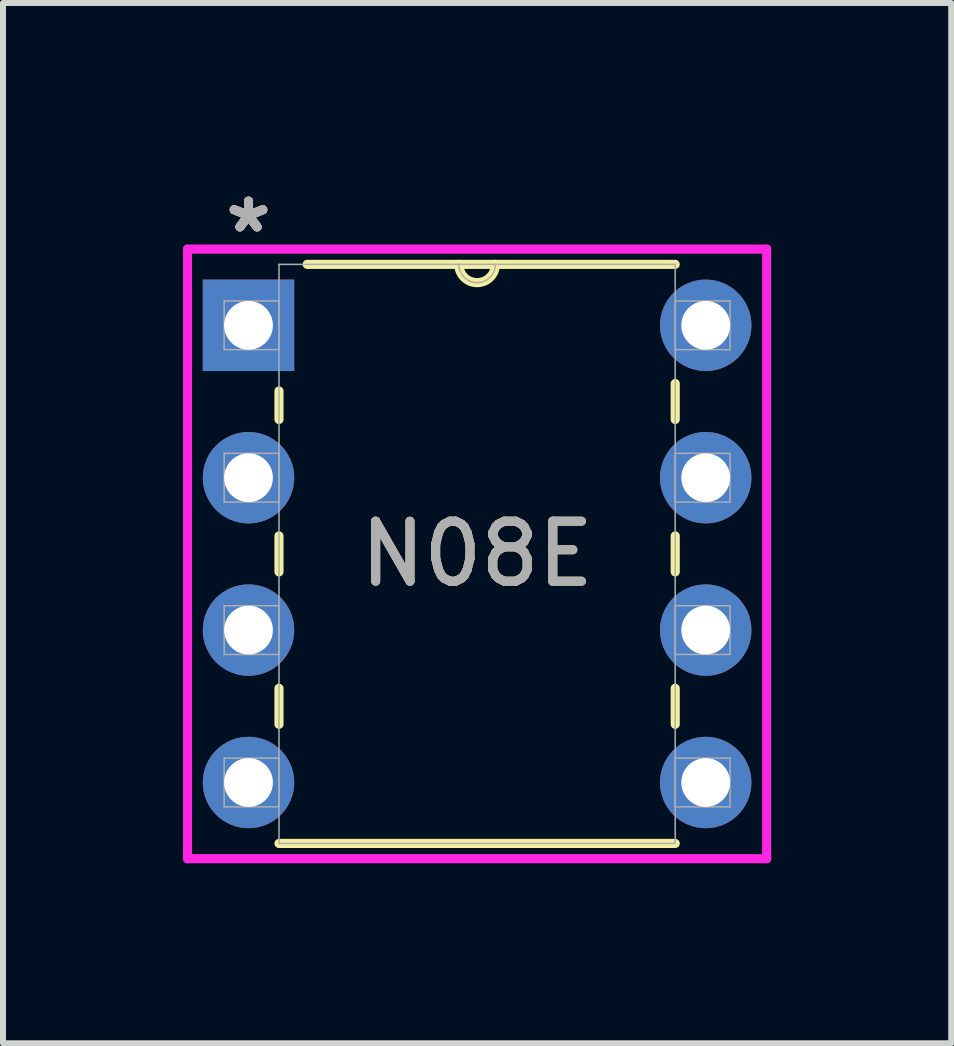
<source format=kicad_pcb>
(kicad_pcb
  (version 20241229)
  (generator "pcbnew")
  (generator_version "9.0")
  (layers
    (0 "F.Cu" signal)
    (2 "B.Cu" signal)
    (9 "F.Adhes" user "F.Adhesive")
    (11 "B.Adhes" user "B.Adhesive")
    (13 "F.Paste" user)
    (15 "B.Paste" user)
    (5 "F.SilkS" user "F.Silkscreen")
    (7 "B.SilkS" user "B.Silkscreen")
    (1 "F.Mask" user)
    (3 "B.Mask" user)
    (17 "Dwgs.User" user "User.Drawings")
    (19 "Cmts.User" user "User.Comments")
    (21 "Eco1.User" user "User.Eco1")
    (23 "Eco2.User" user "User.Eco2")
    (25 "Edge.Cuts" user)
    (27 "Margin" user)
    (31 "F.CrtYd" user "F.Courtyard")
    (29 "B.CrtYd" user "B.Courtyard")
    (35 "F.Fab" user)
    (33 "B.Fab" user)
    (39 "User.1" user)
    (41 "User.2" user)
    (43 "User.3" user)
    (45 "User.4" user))
  (footprint "N08E"
    (layer "F.Cu")
    (at 8.712 9.992)
    (property "Reference" "N08E" (at -3.81 -3.81 0) (unlocked yes) (layer "F.SilkS") (effects (font (size 1 1) (thickness 0.15))))
    (attr through_hole)
    (fp_line (start -7.112 -6.525) (end -7.112 -6.05) (stroke (width 0.152) (type solid)) (layer "F.SilkS"))
    (fp_line (start -7.112 -4.11) (end -7.112 -3.51) (stroke (width 0.152) (type solid)) (layer "F.SilkS"))
    (fp_line (start -7.112 -1.57) (end -7.112 -0.97) (stroke (width 0.152) (type solid)) (layer "F.SilkS"))
    (fp_line (start -7.112 1.016) (end -0.508 1.016) (stroke (width 0.152) (type solid)) (layer "F.SilkS"))
    (fp_line (start -0.508 -8.636) (end -6.643 -8.636) (stroke (width 0.152) (type solid)) (layer "F.SilkS"))
    (fp_line (start -0.508 -6.05) (end -0.508 -6.65) (stroke (width 0.152) (type solid)) (layer "F.SilkS"))
    (fp_line (start -0.508 -3.51) (end -0.508 -4.11) (stroke (width 0.152) (type solid)) (layer "F.SilkS"))
    (fp_line (start -0.508 -0.97) (end -0.508 -1.57) (stroke (width 0.152) (type solid)) (layer "F.SilkS"))
    (fp_arc (start -3.5052 -8.636) (mid -3.81 -8.3312) (end -4.1148 -8.636) (stroke (width 0.1524) (type solid)) (layer "F.SilkS"))
    (fp_line (start -8.636 -8.89) (end -8.636 1.27) (stroke (width 0.152) (type solid)) (layer "F.CrtYd"))
    (fp_line (start -8.636 1.27) (end 1.016 1.27) (stroke (width 0.152) (type solid)) (layer "F.CrtYd"))
    (fp_line (start 1.016 -8.89) (end -8.636 -8.89) (stroke (width 0.152) (type solid)) (layer "F.CrtYd"))
    (fp_line (start 1.016 1.27) (end 1.016 -8.89) (stroke (width 0.152) (type solid)) (layer "F.CrtYd"))
    (fp_line (start -8.026 -8.026) (end -8.026 -7.214) (stroke (width 0.025) (type solid)) (layer "F.Fab"))
    (fp_line (start -8.026 -7.214) (end -7.112 -7.214) (stroke (width 0.025) (type solid)) (layer "F.Fab"))
    (fp_line (start -8.026 -5.486) (end -8.026 -4.674) (stroke (width 0.025) (type solid)) (layer "F.Fab"))
    (fp_line (start -8.026 -4.674) (end -7.112 -4.674) (stroke (width 0.025) (type solid)) (layer "F.Fab"))
    (fp_line (start -8.026 -2.946) (end -8.026 -2.134) (stroke (width 0.025) (type solid)) (layer "F.Fab"))
    (fp_line (start -8.026 -2.134) (end -7.112 -2.134) (stroke (width 0.025) (type solid)) (layer "F.Fab"))
    (fp_line (start -8.026 -0.406) (end -8.026 0.406) (stroke (width 0.025) (type solid)) (layer "F.Fab"))
    (fp_line (start -8.026 0.406) (end -7.112 0.406) (stroke (width 0.025) (type solid)) (layer "F.Fab"))
    (fp_line (start -7.112 -8.636) (end -7.112 1.016) (stroke (width 0.025) (type solid)) (layer "F.Fab"))
    (fp_line (start -7.112 -8.026) (end -8.026 -8.026) (stroke (width 0.025) (type solid)) (layer "F.Fab"))
    (fp_line (start -7.112 -7.214) (end -7.112 -8.026) (stroke (width 0.025) (type solid)) (layer "F.Fab"))
    (fp_line (start -7.112 -5.486) (end -8.026 -5.486) (stroke (width 0.025) (type solid)) (layer "F.Fab"))
    (fp_line (start -7.112 -4.674) (end -7.112 -5.486) (stroke (width 0.025) (type solid)) (layer "F.Fab"))
    (fp_line (start -7.112 -2.946) (end -8.026 -2.946) (stroke (width 0.025) (type solid)) (layer "F.Fab"))
    (fp_line (start -7.112 -2.134) (end -7.112 -2.946) (stroke (width 0.025) (type solid)) (layer "F.Fab"))
    (fp_line (start -7.112 -0.406) (end -8.026 -0.406) (stroke (width 0.025) (type solid)) (layer "F.Fab"))
    (fp_line (start -7.112 0.406) (end -7.112 -0.406) (stroke (width 0.025) (type solid)) (layer "F.Fab"))
    (fp_line (start -7.112 1.016) (end -0.508 1.016) (stroke (width 0.025) (type solid)) (layer "F.Fab"))
    (fp_line (start -0.508 -8.636) (end -7.112 -8.636) (stroke (width 0.025) (type solid)) (layer "F.Fab"))
    (fp_line (start -0.508 -8.026) (end -0.508 -7.214) (stroke (width 0.025) (type solid)) (layer "F.Fab"))
    (fp_line (start -0.508 -7.214) (end 0.406 -7.214) (stroke (width 0.025) (type solid)) (layer "F.Fab"))
    (fp_line (start -0.508 -5.486) (end -0.508 -4.674) (stroke (width 0.025) (type solid)) (layer "F.Fab"))
    (fp_line (start -0.508 -4.674) (end 0.406 -4.674) (stroke (width 0.025) (type solid)) (layer "F.Fab"))
    (fp_line (start -0.508 -2.946) (end -0.508 -2.134) (stroke (width 0.025) (type solid)) (layer "F.Fab"))
    (fp_line (start -0.508 -2.134) (end 0.406 -2.134) (stroke (width 0.025) (type solid)) (layer "F.Fab"))
    (fp_line (start -0.508 -0.406) (end -0.508 0.406) (stroke (width 0.025) (type solid)) (layer "F.Fab"))
    (fp_line (start -0.508 0.406) (end 0.406 0.406) (stroke (width 0.025) (type solid)) (layer "F.Fab"))
    (fp_line (start -0.508 1.016) (end -0.508 -8.636) (stroke (width 0.025) (type solid)) (layer "F.Fab"))
    (fp_line (start 0.406 -8.026) (end -0.508 -8.026) (stroke (width 0.025) (type solid)) (layer "F.Fab"))
    (fp_line (start 0.406 -7.214) (end 0.406 -8.026) (stroke (width 0.025) (type solid)) (layer "F.Fab"))
    (fp_line (start 0.406 -5.486) (end -0.508 -5.486) (stroke (width 0.025) (type solid)) (layer "F.Fab"))
    (fp_line (start 0.406 -4.674) (end 0.406 -5.486) (stroke (width 0.025) (type solid)) (layer "F.Fab"))
    (fp_line (start 0.406 -2.946) (end -0.508 -2.946) (stroke (width 0.025) (type solid)) (layer "F.Fab"))
    (fp_line (start 0.406 -2.134) (end 0.406 -2.946) (stroke (width 0.025) (type solid)) (layer "F.Fab"))
    (fp_line (start 0.406 -0.406) (end -0.508 -0.406) (stroke (width 0.025) (type solid)) (layer "F.Fab"))
    (fp_line (start 0.406 0.406) (end 0.406 -0.406) (stroke (width 0.025) (type solid)) (layer "F.Fab"))
    (fp_arc (start -3.5052 -8.636) (mid -3.81 -8.3312) (end -4.1148 -8.636) (stroke (width 0.0254) (type solid)) (layer "F.Fab"))
    (fp_text user "*" (at -7.62 -9.144 0) (layer "F.SilkS") (effects (font (size 1 1) (thickness 0.15))))
    (fp_text user "*" (at -7.62 -9.144 0) (unlocked yes) (layer "F.SilkS") (effects (font (size 1 1) (thickness 0.15))))
    (fp_text user "${REFERENCE}" (at -3.81 -3.81 0) (unlocked yes) (layer "F.Fab") (effects (font (size 1 1) (thickness 0.15))))
    (fp_text user "*" (at -7.62 -9.144 0) (unlocked yes) (layer "F.Fab") (effects (font (size 1 1) (thickness 0.15))))
    (fp_text user "*" (at -7.62 -9.144 0) (layer "F.Fab") (effects (font (size 1 1) (thickness 0.15))))
    (pad "1" thru_hole rect (at -7.62 -7.62) (size 1.524 1.524) (drill 0.813) (layers "*.Cu" "*.Mask"))
    (pad "2" thru_hole circle (at -7.62 -5.08) (size 1.524 1.524) (drill 0.813) (layers "*.Cu" "*.Mask"))
    (pad "3" thru_hole circle (at -7.62 -2.54) (size 1.524 1.524) (drill 0.813) (layers "*.Cu" "*.Mask"))
    (pad "4" thru_hole circle (at -7.62 0) (size 1.524 1.524) (drill 0.813) (layers "*.Cu" "*.Mask"))
    (pad "5" thru_hole circle (at 0 0) (size 1.524 1.524) (drill 0.813) (layers "*.Cu" "*.Mask"))
    (pad "6" thru_hole circle (at 0 -2.54) (size 1.524 1.524) (drill 0.813) (layers "*.Cu" "*.Mask"))
    (pad "7" thru_hole circle (at 0 -5.08) (size 1.524 1.524) (drill 0.813) (layers "*.Cu" "*.Mask"))
    (pad "8" thru_hole circle (at 0 -7.62) (size 1.524 1.524) (drill 0.813) (layers "*.Cu" "*.Mask")))
  (gr_rect
    (start -3 -3)
    (end 12.804 14.338)
    (stroke (width 0.1) (type default))
    (fill no)
    (layer "Edge.Cuts")))
</source>
